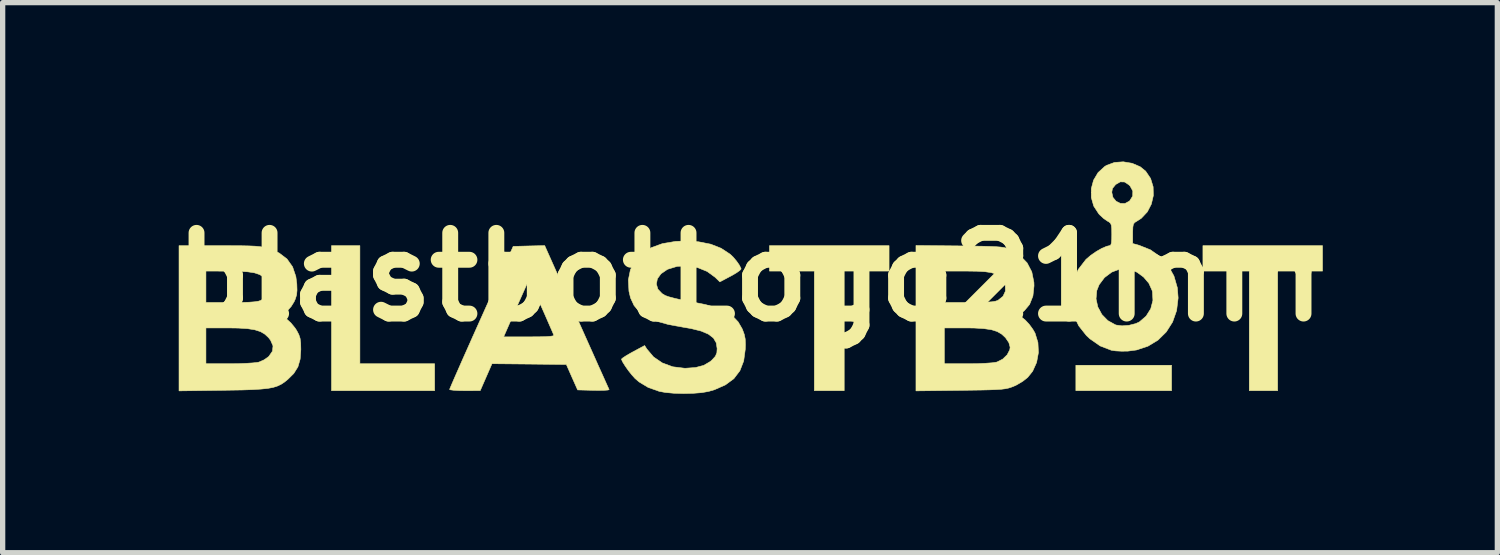
<source format=kicad_pcb>
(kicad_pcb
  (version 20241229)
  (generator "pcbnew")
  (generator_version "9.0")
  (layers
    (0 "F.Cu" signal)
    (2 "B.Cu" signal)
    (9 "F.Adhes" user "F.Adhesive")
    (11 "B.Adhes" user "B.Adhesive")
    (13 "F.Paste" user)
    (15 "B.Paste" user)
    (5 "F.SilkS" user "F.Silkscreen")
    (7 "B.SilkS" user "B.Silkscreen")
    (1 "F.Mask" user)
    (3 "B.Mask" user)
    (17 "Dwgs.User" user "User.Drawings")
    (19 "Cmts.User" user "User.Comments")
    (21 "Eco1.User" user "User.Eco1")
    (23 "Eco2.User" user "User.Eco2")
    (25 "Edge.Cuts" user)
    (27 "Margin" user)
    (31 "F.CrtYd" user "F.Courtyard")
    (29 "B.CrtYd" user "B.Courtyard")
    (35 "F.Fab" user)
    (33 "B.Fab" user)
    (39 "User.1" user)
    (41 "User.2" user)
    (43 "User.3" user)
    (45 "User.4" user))
  (footprint "blastbotLogo21mm"
    (layer "F.Cu")
    (at 11.111 2.181)
    (property "Reference" "blastbotLogo21mm" (at 0 0 0) (layer "F.SilkS") (effects (font (size 1.524 1.524) (thickness 0.3))))
    (attr through_hole)
    (fp_poly (pts (xy 7.959 2.145) (xy 6.152 2.145) (xy 6.152 1.665) (xy 7.959 1.665) (xy 7.959 2.145)) (stroke (width 0.01) (type solid)) (fill yes) (layer "F.SilkS"))
    (fp_poly (pts (xy -7.366 1.637) (xy -5.955 1.637) (xy -5.955 2.145) (xy -7.902 2.145) (xy -7.902 -0.593) (xy -7.366 -0.593) (xy -7.366 1.637)) (stroke (width 0.01) (type solid)) (fill yes) (layer "F.SilkS"))
    (fp_poly (pts (xy 2.625 -0.113) (xy 1.778 -0.113) (xy 1.778 2.145) (xy 1.214 2.145) (xy 1.214 -0.113) (xy 0.367 -0.113) (xy 0.367 -0.593) (xy 2.625 -0.593) (xy 2.625 -0.113)) (stroke (width 0.01) (type solid)) (fill yes) (layer "F.SilkS"))
    (fp_poly (pts (xy 10.809 -0.113) (xy 9.962 -0.113) (xy 9.962 2.145) (xy 9.426 2.145) (xy 9.426 -0.113) (xy 8.551 -0.113) (xy 8.551 -0.593) (xy 10.809 -0.593) (xy 10.809 -0.113)) (stroke (width 0.01) (type solid)) (fill yes) (layer "F.SilkS"))
    (fp_poly (pts (xy -3.275 0.754) (xy -3.159 1.013) (xy -3.05 1.257) (xy -2.95 1.48) (xy -2.862 1.678) (xy -2.786 1.846) (xy -2.727 1.978) (xy -2.685 2.071) (xy -2.663 2.119) (xy -2.66 2.125) (xy -2.682 2.133) (xy -2.748 2.138) (xy -2.85 2.14) (xy -2.952 2.139) (xy -3.255 2.131) (xy -3.362 1.891) (xy -3.468 1.651) (xy -4.17 1.643) (xy -4.872 1.636) (xy -4.983 1.89) (xy -5.094 2.144) (xy -5.383 2.145) (xy -5.503 2.143) (xy -5.599 2.137) (xy -5.659 2.129) (xy -5.673 2.122) (xy -5.661 2.093) (xy -5.629 2.017) (xy -5.578 1.899) (xy -5.51 1.745) (xy -5.428 1.558) (xy -5.333 1.345) (xy -5.237 1.129) (xy -4.652 1.129) (xy -4.172 1.129) (xy -3.99 1.128) (xy -3.858 1.125) (xy -3.771 1.119) (xy -3.722 1.111) (xy -3.705 1.099) (xy -3.706 1.094) (xy -3.738 1.018) (xy -3.785 0.911) (xy -3.841 0.782) (xy -3.903 0.641) (xy -3.967 0.497) (xy -4.028 0.359) (xy -4.083 0.237) (xy -4.127 0.14) (xy -4.156 0.078) (xy -4.165 0.059) (xy -4.17 0.058) (xy -4.178 0.068) (xy -4.193 0.094) (xy -4.216 0.142) (xy -4.25 0.217) (xy -4.298 0.324) (xy -4.363 0.47) (xy -4.446 0.659) (xy -4.488 0.755) (xy -4.652 1.129) (xy -5.237 1.129) (xy -5.228 1.109) (xy -5.115 0.856) (xy -5.072 0.761) (xy -4.472 -0.579) (xy -4.175 -0.587) (xy -3.877 -0.594) (xy -3.275 0.754)) (stroke (width 0.01) (type solid)) (fill yes) (layer "F.SilkS"))
    (fp_poly (pts (xy -9.788 -0.592) (xy -9.602 -0.591) (xy -9.458 -0.588) (xy -9.346 -0.583) (xy -9.259 -0.575) (xy -9.189 -0.564) (xy -9.129 -0.551) (xy -9.089 -0.539) (xy -8.892 -0.455) (xy -8.742 -0.341) (xy -8.637 -0.193) (xy -8.575 -0.01) (xy -8.557 0.128) (xy -8.553 0.249) (xy -8.561 0.336) (xy -8.585 0.414) (xy -8.608 0.466) (xy -8.664 0.556) (xy -8.733 0.634) (xy -8.763 0.657) (xy -8.855 0.717) (xy -8.747 0.795) (xy -8.668 0.867) (xy -8.591 0.961) (xy -8.56 1.008) (xy -8.519 1.086) (xy -8.495 1.158) (xy -8.484 1.244) (xy -8.481 1.366) (xy -8.481 1.369) (xy -8.494 1.55) (xy -8.536 1.695) (xy -8.614 1.82) (xy -8.726 1.931) (xy -8.789 1.982) (xy -8.852 2.024) (xy -8.921 2.057) (xy -9.002 2.083) (xy -9.103 2.102) (xy -9.229 2.115) (xy -9.389 2.125) (xy -9.589 2.132) (xy -9.836 2.136) (xy -9.955 2.138) (xy -10.781 2.149) (xy -10.781 0.96) (xy -10.273 0.96) (xy -10.273 1.637) (xy -9.828 1.637) (xy -9.666 1.635) (xy -9.515 1.629) (xy -9.389 1.621) (xy -9.299 1.611) (xy -9.273 1.606) (xy -9.177 1.564) (xy -9.09 1.503) (xy -9.083 1.495) (xy -9.017 1.4) (xy -9.006 1.3) (xy -9.052 1.194) (xy -9.09 1.144) (xy -9.16 1.079) (xy -9.243 1.03) (xy -9.35 0.996) (xy -9.487 0.974) (xy -9.665 0.963) (xy -9.869 0.96) (xy -10.273 0.96) (xy -10.781 0.96) (xy -10.781 0.48) (xy -10.273 0.48) (xy -9.792 0.48) (xy -9.6 0.479) (xy -9.457 0.475) (xy -9.354 0.467) (xy -9.282 0.456) (xy -9.234 0.44) (xy -9.228 0.437) (xy -9.138 0.363) (xy -9.091 0.263) (xy -9.092 0.153) (xy -9.134 0.06) (xy -9.188 -0.001) (xy -9.259 -0.047) (xy -9.354 -0.079) (xy -9.482 -0.099) (xy -9.651 -0.109) (xy -9.842 -0.112) (xy -10.273 -0.113) (xy -10.273 0.48) (xy -10.781 0.48) (xy -10.781 -0.593) (xy -10.021 -0.593) (xy -9.788 -0.592)) (stroke (width 0.01) (type solid)) (fill yes) (layer "F.SilkS"))
    (fp_poly (pts (xy 3.958 -0.588) (xy 4.198 -0.585) (xy 4.388 -0.582) (xy 4.536 -0.578) (xy 4.649 -0.573) (xy 4.733 -0.566) (xy 4.796 -0.557) (xy 4.844 -0.546) (xy 4.885 -0.531) (xy 4.911 -0.52) (xy 5.096 -0.408) (xy 5.232 -0.267) (xy 5.32 -0.098) (xy 5.36 0.101) (xy 5.362 0.167) (xy 5.341 0.359) (xy 5.278 0.517) (xy 5.176 0.638) (xy 5.141 0.664) (xy 5.087 0.705) (xy 5.067 0.73) (xy 5.072 0.734) (xy 5.127 0.756) (xy 5.198 0.814) (xy 5.273 0.895) (xy 5.34 0.987) (xy 5.381 1.058) (xy 5.436 1.237) (xy 5.445 1.426) (xy 5.411 1.611) (xy 5.336 1.778) (xy 5.243 1.894) (xy 5.151 1.967) (xy 5.037 2.035) (xy 4.972 2.065) (xy 4.923 2.083) (xy 4.874 2.098) (xy 4.819 2.109) (xy 4.748 2.118) (xy 4.656 2.124) (xy 4.536 2.129) (xy 4.379 2.133) (xy 4.18 2.136) (xy 3.972 2.139) (xy 3.133 2.149) (xy 3.133 0.96) (xy 3.669 0.96) (xy 3.669 1.637) (xy 4.11 1.637) (xy 4.287 1.635) (xy 4.443 1.628) (xy 4.569 1.619) (xy 4.651 1.607) (xy 4.662 1.604) (xy 4.77 1.55) (xy 4.855 1.468) (xy 4.904 1.373) (xy 4.911 1.325) (xy 4.887 1.238) (xy 4.823 1.144) (xy 4.752 1.078) (xy 4.666 1.028) (xy 4.556 0.994) (xy 4.414 0.973) (xy 4.231 0.962) (xy 4.059 0.96) (xy 3.669 0.96) (xy 3.133 0.96) (xy 3.133 0.48) (xy 3.669 0.48) (xy 4.136 0.48) (xy 4.325 0.479) (xy 4.466 0.474) (xy 4.567 0.467) (xy 4.638 0.455) (xy 4.685 0.438) (xy 4.685 0.437) (xy 4.777 0.363) (xy 4.822 0.265) (xy 4.819 0.156) (xy 4.766 0.047) (xy 4.754 0.031) (xy 4.701 -0.02) (xy 4.637 -0.058) (xy 4.553 -0.084) (xy 4.439 -0.101) (xy 4.288 -0.11) (xy 4.089 -0.113) (xy 4.071 -0.113) (xy 3.669 -0.113) (xy 3.669 0.48) (xy 3.133 0.48) (xy 3.133 -0.596) (xy 3.958 -0.588)) (stroke (width 0.01) (type solid)) (fill yes) (layer "F.SilkS"))
    (fp_poly (pts (xy -0.972 -0.666) (xy -0.743 -0.621) (xy -0.547 -0.544) (xy -0.375 -0.431) (xy -0.315 -0.373) (xy -0.253 -0.299) (xy -0.201 -0.224) (xy -0.172 -0.166) (xy -0.169 -0.153) (xy -0.193 -0.125) (xy -0.255 -0.081) (xy -0.343 -0.029) (xy -0.37 -0.015) (xy -0.57 0.091) (xy -0.659 0.004) (xy -0.81 -0.106) (xy -0.99 -0.179) (xy -1.183 -0.211) (xy -1.376 -0.202) (xy -1.553 -0.148) (xy -1.566 -0.141) (xy -1.681 -0.062) (xy -1.749 0.032) (xy -1.768 0.132) (xy -1.74 0.228) (xy -1.661 0.312) (xy -1.602 0.348) (xy -1.535 0.372) (xy -1.426 0.401) (xy -1.29 0.432) (xy -1.138 0.461) (xy -1.103 0.467) (xy -0.84 0.52) (xy -0.626 0.581) (xy -0.456 0.654) (xy -0.324 0.741) (xy -0.224 0.847) (xy -0.15 0.974) (xy -0.142 0.992) (xy -0.109 1.082) (xy -0.091 1.169) (xy -0.087 1.275) (xy -0.09 1.366) (xy -0.12 1.585) (xy -0.191 1.768) (xy -0.305 1.918) (xy -0.465 2.036) (xy -0.671 2.127) (xy -0.781 2.159) (xy -0.91 2.182) (xy -1.074 2.195) (xy -1.256 2.199) (xy -1.437 2.194) (xy -1.599 2.179) (xy -1.714 2.158) (xy -1.925 2.083) (xy -2.095 1.98) (xy -2.171 1.915) (xy -2.231 1.848) (xy -2.297 1.765) (xy -2.358 1.678) (xy -2.405 1.603) (xy -2.427 1.554) (xy -2.427 1.549) (xy -2.404 1.528) (xy -2.342 1.487) (xy -2.253 1.435) (xy -2.209 1.411) (xy -1.99 1.293) (xy -1.948 1.359) (xy -1.821 1.509) (xy -1.655 1.622) (xy -1.459 1.694) (xy -1.241 1.721) (xy -1.223 1.722) (xy -1.028 1.708) (xy -0.873 1.667) (xy -0.749 1.594) (xy -0.716 1.564) (xy -0.654 1.496) (xy -0.626 1.429) (xy -0.621 1.35) (xy -0.638 1.241) (xy -0.691 1.151) (xy -0.784 1.079) (xy -0.922 1.02) (xy -1.109 0.973) (xy -1.26 0.947) (xy -1.54 0.896) (xy -1.769 0.832) (xy -1.951 0.752) (xy -2.09 0.655) (xy -2.19 0.536) (xy -2.256 0.394) (xy -2.286 0.268) (xy -2.297 0.053) (xy -2.258 -0.139) (xy -2.171 -0.306) (xy -2.04 -0.445) (xy -1.867 -0.554) (xy -1.655 -0.631) (xy -1.407 -0.673) (xy -1.241 -0.68) (xy -0.972 -0.666)) (stroke (width 0.01) (type solid)) (fill yes) (layer "F.SilkS"))
    (fp_poly (pts (xy 7.214 -2.148) (xy 7.366 -2.083) (xy 7.47 -1.999) (xy 7.563 -1.861) (xy 7.611 -1.704) (xy 7.615 -1.539) (xy 7.577 -1.377) (xy 7.501 -1.23) (xy 7.387 -1.109) (xy 7.303 -1.055) (xy 7.261 -1.029) (xy 7.238 -0.997) (xy 7.228 -0.941) (xy 7.225 -0.848) (xy 7.225 -0.824) (xy 7.225 -0.633) (xy 7.345 -0.6) (xy 7.56 -0.514) (xy 7.745 -0.384) (xy 7.895 -0.216) (xy 8.004 -0.019) (xy 8.068 0.202) (xy 8.083 0.395) (xy 8.054 0.633) (xy 7.978 0.849) (xy 7.859 1.036) (xy 7.702 1.191) (xy 7.512 1.306) (xy 7.296 1.377) (xy 7.137 1.398) (xy 7.017 1.4) (xy 6.903 1.394) (xy 6.822 1.382) (xy 6.61 1.3) (xy 6.415 1.164) (xy 6.352 1.105) (xy 6.207 0.922) (xy 6.109 0.718) (xy 6.059 0.501) (xy 6.059 0.412) (xy 6.533 0.412) (xy 6.567 0.566) (xy 6.643 0.707) (xy 6.755 0.822) (xy 6.896 0.9) (xy 6.912 0.906) (xy 7.023 0.921) (xy 7.155 0.911) (xy 7.282 0.879) (xy 7.353 0.846) (xy 7.479 0.737) (xy 7.566 0.598) (xy 7.607 0.441) (xy 7.598 0.279) (xy 7.592 0.254) (xy 7.531 0.118) (xy 7.431 0.000487) (xy 7.306 -0.091) (xy 7.169 -0.147) (xy 7.031 -0.16) (xy 6.99 -0.154) (xy 6.829 -0.093) (xy 6.692 0.01) (xy 6.591 0.145) (xy 6.547 0.256) (xy 6.533 0.412) (xy 6.059 0.412) (xy 6.057 0.28) (xy 6.103 0.062) (xy 6.197 -0.143) (xy 6.338 -0.327) (xy 6.35 -0.339) (xy 6.434 -0.411) (xy 6.537 -0.482) (xy 6.642 -0.542) (xy 6.734 -0.581) (xy 6.787 -0.593) (xy 6.809 -0.603) (xy 6.823 -0.641) (xy 6.829 -0.718) (xy 6.83 -0.804) (xy 6.829 -0.912) (xy 6.822 -0.978) (xy 6.805 -1.017) (xy 6.774 -1.043) (xy 6.749 -1.056) (xy 6.679 -1.104) (xy 6.603 -1.174) (xy 6.583 -1.196) (xy 6.489 -1.341) (xy 6.443 -1.503) (xy 6.443 -1.601) (xy 6.83 -1.601) (xy 6.852 -1.504) (xy 6.911 -1.432) (xy 6.991 -1.391) (xy 7.079 -1.389) (xy 7.161 -1.433) (xy 7.168 -1.439) (xy 7.225 -1.529) (xy 7.227 -1.625) (xy 7.177 -1.717) (xy 7.151 -1.743) (xy 7.069 -1.796) (xy 6.989 -1.797) (xy 6.904 -1.748) (xy 6.843 -1.673) (xy 6.83 -1.601) (xy 6.443 -1.601) (xy 6.443 -1.669) (xy 6.486 -1.829) (xy 6.571 -1.972) (xy 6.696 -2.087) (xy 6.732 -2.109) (xy 6.881 -2.164) (xy 7.047 -2.176) (xy 7.214 -2.148)) (stroke (width 0.01) (type solid)) (fill yes) (layer "F.SilkS")))
  (gr_rect
    (start -3 -3)
    (end 25.221 7.385)
    (stroke (width 0.1) (type default))
    (fill no)
    (layer "Edge.Cuts")))
</source>
